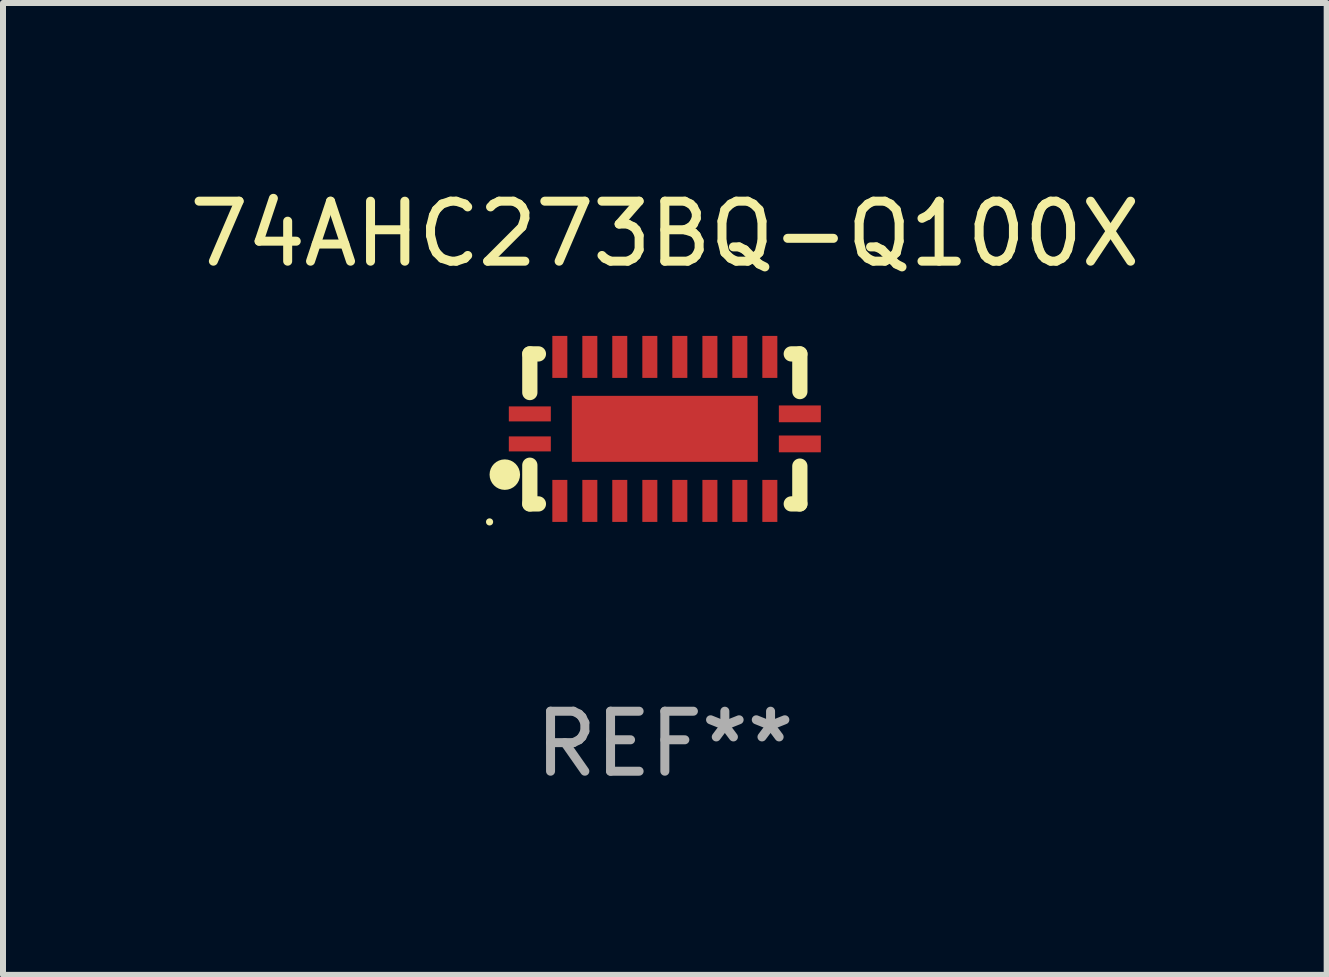
<source format=kicad_pcb>
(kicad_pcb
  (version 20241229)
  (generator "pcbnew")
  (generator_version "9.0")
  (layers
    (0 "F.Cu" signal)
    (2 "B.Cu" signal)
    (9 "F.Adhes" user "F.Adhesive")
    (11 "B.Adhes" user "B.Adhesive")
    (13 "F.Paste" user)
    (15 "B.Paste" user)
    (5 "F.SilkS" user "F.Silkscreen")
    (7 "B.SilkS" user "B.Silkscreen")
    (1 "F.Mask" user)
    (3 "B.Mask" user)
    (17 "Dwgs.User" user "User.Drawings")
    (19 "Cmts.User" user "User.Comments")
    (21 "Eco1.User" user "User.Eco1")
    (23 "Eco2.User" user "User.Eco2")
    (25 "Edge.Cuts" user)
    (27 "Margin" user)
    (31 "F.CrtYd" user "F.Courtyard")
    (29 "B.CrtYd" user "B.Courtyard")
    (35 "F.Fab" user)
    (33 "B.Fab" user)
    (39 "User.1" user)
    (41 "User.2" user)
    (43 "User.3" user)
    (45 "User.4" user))
  (footprint "74AHC273BQ-Q100X"
    (layer "F.Cu")
    (at 8.03 4.098)
    (property "Reference" "74AHC273BQ-Q100X" (at 0 -3.25 0) (layer "F.SilkS") (effects (font (size 1 1) (thickness 0.15))))
    (attr through_hole)
    (fp_line (start -2.25 0.605) (end -2.25 1.25) (stroke (width 0.254) (type solid)) (layer "F.SilkS"))
    (fp_line (start -2.25 1.25) (end -2.107 1.25) (stroke (width 0.254) (type solid)) (layer "F.SilkS"))
    (fp_line (start -2.25 -1.25) (end -2.25 -0.606) (stroke (width 0.254) (type solid)) (layer "F.SilkS"))
    (fp_line (start -2.25 -1.25) (end -2.107 -1.25) (stroke (width 0.254) (type solid)) (layer "F.SilkS"))
    (fp_line (start 2.107 -1.25) (end 2.25 -1.25) (stroke (width 0.254) (type solid)) (layer "F.SilkS"))
    (fp_line (start 2.107 1.25) (end 2.25 1.25) (stroke (width 0.254) (type solid)) (layer "F.SilkS"))
    (fp_line (start 2.25 -1.25) (end 2.25 -0.622) (stroke (width 0.254) (type solid)) (layer "F.SilkS"))
    (fp_line (start 2.25 0.62) (end 2.25 1.25) (stroke (width 0.254) (type solid)) (layer "F.SilkS"))
    (fp_circle (center -2.921 1.55) (end -2.891 1.55) (stroke (width 0.06) (type solid)) (fill no) (layer "F.SilkS"))
    (fp_circle (center -2.667 0.762) (end -2.54 0.762) (stroke (width 0.254) (type solid)) (fill no) (layer "F.SilkS"))
    (fp_text user "REF**" (at 0 5.25 0) (layer "F.Fab") (effects (font (size 1 1) (thickness 0.15))))
    (pad "1" smd rect (at -2.25 0.25 180) (size 0.7 0.25) (layers "F.Cu" "F.Mask" "F.Paste"))
    (pad "2" smd rect (at -1.75 1.2 90) (size 0.7 0.25) (layers "F.Cu" "F.Mask" "F.Paste"))
    (pad "3" smd rect (at -1.25 1.2 90) (size 0.7 0.25) (layers "F.Cu" "F.Mask" "F.Paste"))
    (pad "4" smd rect (at -0.751 1.2 90) (size 0.7 0.25) (layers "F.Cu" "F.Mask" "F.Paste"))
    (pad "5" smd rect (at -0.25 1.2 90) (size 0.7 0.25) (layers "F.Cu" "F.Mask" "F.Paste"))
    (pad "6" smd rect (at 0.25 1.2 90) (size 0.7 0.25) (layers "F.Cu" "F.Mask" "F.Paste"))
    (pad "7" smd rect (at 0.751 1.2 90) (size 0.7 0.25) (layers "F.Cu" "F.Mask" "F.Paste"))
    (pad "8" smd rect (at 1.25 1.2 90) (size 0.7 0.25) (layers "F.Cu" "F.Mask" "F.Paste"))
    (pad "9" smd rect (at 1.75 1.2 90) (size 0.7 0.25) (layers "F.Cu" "F.Mask" "F.Paste"))
    (pad "10" smd rect (at 2.25 0.25 180) (size 0.7 0.28) (layers "F.Cu" "F.Mask" "F.Paste"))
    (pad "11" smd rect (at 2.25 -0.251 180) (size 0.7 0.28) (layers "F.Cu" "F.Mask" "F.Paste"))
    (pad "12" smd rect (at 1.75 -1.2 90) (size 0.7 0.25) (layers "F.Cu" "F.Mask" "F.Paste"))
    (pad "13" smd rect (at 1.25 -1.2 90) (size 0.7 0.25) (layers "F.Cu" "F.Mask" "F.Paste"))
    (pad "14" smd rect (at 0.751 -1.2 90) (size 0.7 0.25) (layers "F.Cu" "F.Mask" "F.Paste"))
    (pad "15" smd rect (at 0.25 -1.2 90) (size 0.7 0.25) (layers "F.Cu" "F.Mask" "F.Paste"))
    (pad "16" smd rect (at -0.25 -1.2 90) (size 0.7 0.25) (layers "F.Cu" "F.Mask" "F.Paste"))
    (pad "17" smd rect (at -0.751 -1.2 90) (size 0.7 0.25) (layers "F.Cu" "F.Mask" "F.Paste"))
    (pad "18" smd rect (at -1.25 -1.2 90) (size 0.7 0.25) (layers "F.Cu" "F.Mask" "F.Paste"))
    (pad "19" smd rect (at -1.75 -1.2 90) (size 0.7 0.25) (layers "F.Cu" "F.Mask" "F.Paste"))
    (pad "20" smd rect (at -2.25 -0.25 180) (size 0.7 0.25) (layers "F.Cu" "F.Mask" "F.Paste"))
    (pad "21" smd rect (at 0 -0.001 180) (size 3.1 1.1) (layers "F.Cu" "F.Mask" "F.Paste")))
  (gr_rect
    (start -3 -3)
    (end 19.06 13.197)
    (stroke (width 0.1) (type default))
    (fill no)
    (layer "Edge.Cuts")))
</source>
